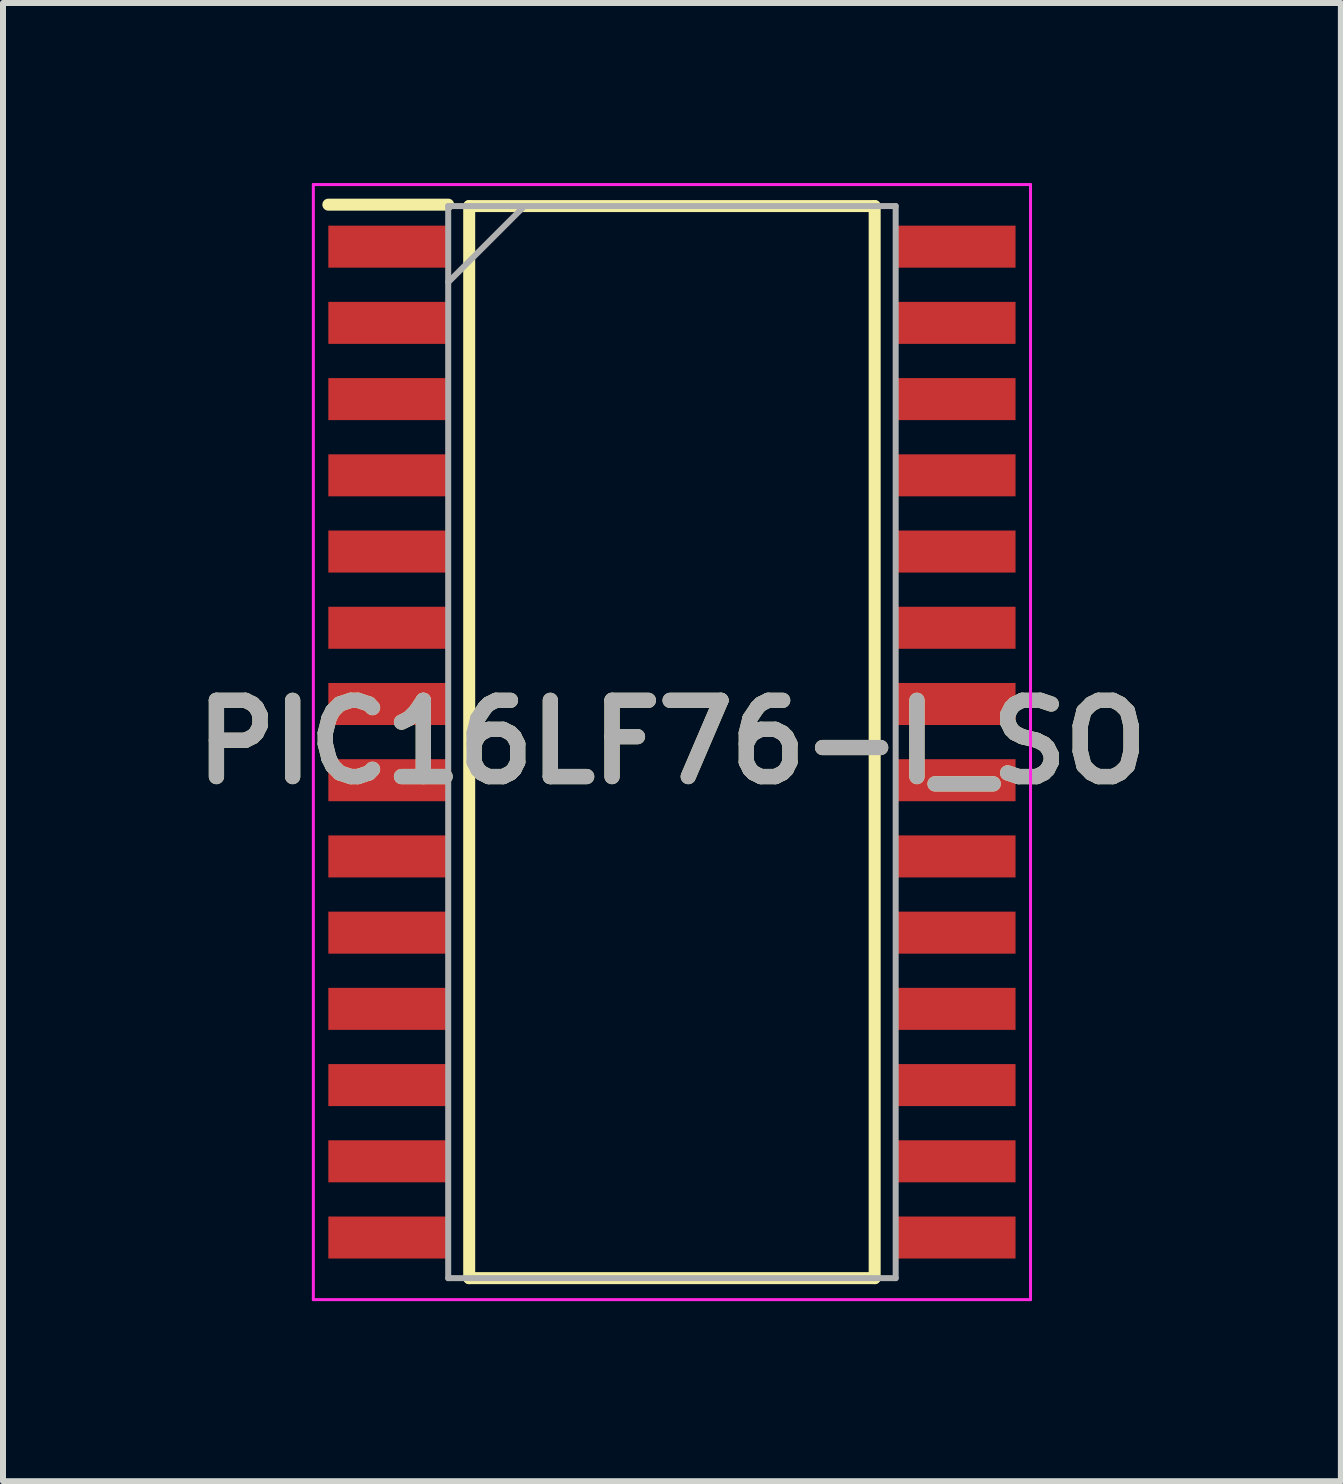
<source format=kicad_pcb>
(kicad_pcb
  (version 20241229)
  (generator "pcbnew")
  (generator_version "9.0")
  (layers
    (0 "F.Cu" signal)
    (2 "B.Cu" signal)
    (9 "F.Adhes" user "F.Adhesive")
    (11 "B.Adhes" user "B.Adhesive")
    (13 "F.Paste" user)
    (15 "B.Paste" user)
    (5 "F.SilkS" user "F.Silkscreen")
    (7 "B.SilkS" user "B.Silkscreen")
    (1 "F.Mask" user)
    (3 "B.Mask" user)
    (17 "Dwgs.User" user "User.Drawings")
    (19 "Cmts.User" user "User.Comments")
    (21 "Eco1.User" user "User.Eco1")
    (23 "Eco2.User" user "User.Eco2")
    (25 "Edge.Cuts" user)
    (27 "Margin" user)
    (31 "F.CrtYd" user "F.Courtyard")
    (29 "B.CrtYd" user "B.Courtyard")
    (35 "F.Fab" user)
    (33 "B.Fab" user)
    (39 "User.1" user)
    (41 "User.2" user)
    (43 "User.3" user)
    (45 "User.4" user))
  (footprint "PIC16LF76-I_SO"
    (layer "F.Cu")
    (at 8.146 9.315)
    (property "Reference" "PIC16LF76-I_SO" (at 0 0 0) (layer "F.SilkS") (effects (font (size 1.27 1.27) (thickness 0.254))))
    (attr smd)
    (fp_line (start -5.725 -8.955) (end -3.728 -8.955) (stroke (width 0.2) (type solid)) (layer "F.SilkS"))
    (fp_line (start -3.378 -8.932) (end 3.378 -8.932) (stroke (width 0.2) (type solid)) (layer "F.SilkS"))
    (fp_line (start -3.378 8.932) (end -3.378 -8.932) (stroke (width 0.2) (type solid)) (layer "F.SilkS"))
    (fp_line (start 3.378 -8.932) (end 3.378 8.932) (stroke (width 0.2) (type solid)) (layer "F.SilkS"))
    (fp_line (start 3.378 8.932) (end -3.378 8.932) (stroke (width 0.2) (type solid)) (layer "F.SilkS"))
    (fp_line (start -5.975 -9.29) (end 5.975 -9.29) (stroke (width 0.05) (type solid)) (layer "F.CrtYd"))
    (fp_line (start -5.975 9.29) (end -5.975 -9.29) (stroke (width 0.05) (type solid)) (layer "F.CrtYd"))
    (fp_line (start 5.975 -9.29) (end 5.975 9.29) (stroke (width 0.05) (type solid)) (layer "F.CrtYd"))
    (fp_line (start 5.975 9.29) (end -5.975 9.29) (stroke (width 0.05) (type solid)) (layer "F.CrtYd"))
    (fp_line (start -3.728 -8.932) (end 3.728 -8.932) (stroke (width 0.1) (type solid)) (layer "F.Fab"))
    (fp_line (start -3.728 -7.662) (end -2.458 -8.932) (stroke (width 0.1) (type solid)) (layer "F.Fab"))
    (fp_line (start -3.728 8.932) (end -3.728 -8.932) (stroke (width 0.1) (type solid)) (layer "F.Fab"))
    (fp_line (start 3.728 -8.932) (end 3.728 8.932) (stroke (width 0.1) (type solid)) (layer "F.Fab"))
    (fp_line (start 3.728 8.932) (end -3.728 8.932) (stroke (width 0.1) (type solid)) (layer "F.Fab"))
    (fp_text user "${REFERENCE}" (at 0 0 0) (layer "F.Fab") (effects (font (size 1.27 1.27) (thickness 0.254))))
    (pad "1" smd rect (at -4.726 -8.255 90) (size 0.7 1.998) (layers "F.Cu" "F.Mask" "F.Paste"))
    (pad "2" smd rect (at -4.726 -6.985 90) (size 0.7 1.998) (layers "F.Cu" "F.Mask" "F.Paste"))
    (pad "3" smd rect (at -4.726 -5.715 90) (size 0.7 1.998) (layers "F.Cu" "F.Mask" "F.Paste"))
    (pad "4" smd rect (at -4.726 -4.445 90) (size 0.7 1.998) (layers "F.Cu" "F.Mask" "F.Paste"))
    (pad "5" smd rect (at -4.726 -3.175 90) (size 0.7 1.998) (layers "F.Cu" "F.Mask" "F.Paste"))
    (pad "6" smd rect (at -4.726 -1.905 90) (size 0.7 1.998) (layers "F.Cu" "F.Mask" "F.Paste"))
    (pad "7" smd rect (at -4.726 -0.635 90) (size 0.7 1.998) (layers "F.Cu" "F.Mask" "F.Paste"))
    (pad "8" smd rect (at -4.726 0.635 90) (size 0.7 1.998) (layers "F.Cu" "F.Mask" "F.Paste"))
    (pad "9" smd rect (at -4.726 1.905 90) (size 0.7 1.998) (layers "F.Cu" "F.Mask" "F.Paste"))
    (pad "10" smd rect (at -4.726 3.175 90) (size 0.7 1.998) (layers "F.Cu" "F.Mask" "F.Paste"))
    (pad "11" smd rect (at -4.726 4.445 90) (size 0.7 1.998) (layers "F.Cu" "F.Mask" "F.Paste"))
    (pad "12" smd rect (at -4.726 5.715 90) (size 0.7 1.998) (layers "F.Cu" "F.Mask" "F.Paste"))
    (pad "13" smd rect (at -4.726 6.985 90) (size 0.7 1.998) (layers "F.Cu" "F.Mask" "F.Paste"))
    (pad "14" smd rect (at -4.726 8.255 90) (size 0.7 1.998) (layers "F.Cu" "F.Mask" "F.Paste"))
    (pad "15" smd rect (at 4.726 8.255 90) (size 0.7 1.998) (layers "F.Cu" "F.Mask" "F.Paste"))
    (pad "16" smd rect (at 4.726 6.985 90) (size 0.7 1.998) (layers "F.Cu" "F.Mask" "F.Paste"))
    (pad "17" smd rect (at 4.726 5.715 90) (size 0.7 1.998) (layers "F.Cu" "F.Mask" "F.Paste"))
    (pad "18" smd rect (at 4.726 4.445 90) (size 0.7 1.998) (layers "F.Cu" "F.Mask" "F.Paste"))
    (pad "19" smd rect (at 4.726 3.175 90) (size 0.7 1.998) (layers "F.Cu" "F.Mask" "F.Paste"))
    (pad "20" smd rect (at 4.726 1.905 90) (size 0.7 1.998) (layers "F.Cu" "F.Mask" "F.Paste"))
    (pad "21" smd rect (at 4.726 0.635 90) (size 0.7 1.998) (layers "F.Cu" "F.Mask" "F.Paste"))
    (pad "22" smd rect (at 4.726 -0.635 90) (size 0.7 1.998) (layers "F.Cu" "F.Mask" "F.Paste"))
    (pad "23" smd rect (at 4.726 -1.905 90) (size 0.7 1.998) (layers "F.Cu" "F.Mask" "F.Paste"))
    (pad "24" smd rect (at 4.726 -3.175 90) (size 0.7 1.998) (layers "F.Cu" "F.Mask" "F.Paste"))
    (pad "25" smd rect (at 4.726 -4.445 90) (size 0.7 1.998) (layers "F.Cu" "F.Mask" "F.Paste"))
    (pad "26" smd rect (at 4.726 -5.715 90) (size 0.7 1.998) (layers "F.Cu" "F.Mask" "F.Paste"))
    (pad "27" smd rect (at 4.726 -6.985 90) (size 0.7 1.998) (layers "F.Cu" "F.Mask" "F.Paste"))
    (pad "28" smd rect (at 4.726 -8.255 90) (size 0.7 1.998) (layers "F.Cu" "F.Mask" "F.Paste")))
  (gr_rect
    (start -3 -3)
    (end 19.292 21.63)
    (stroke (width 0.1) (type default))
    (fill no)
    (layer "Edge.Cuts")))
</source>
